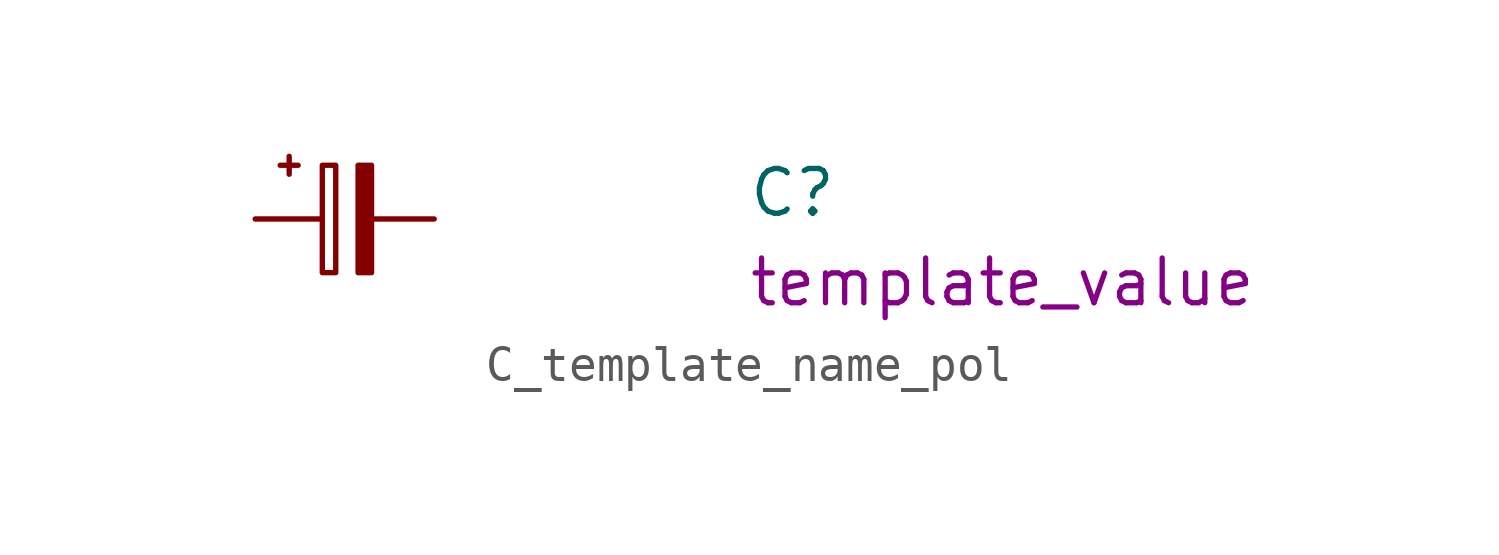
<source format=kicad_sym>
(kicad_symbol_lib
  (version 20220914)
  (generator kicad_symbol_editor)
  (symbol "C_template_name_pol"
    (pin_numbers hide)
    (pin_names hide)
    (property "Reference" "C"
      (at 13.97 0 0)
      (effects (font (size 1.27 1.27) (thickness 0.15)) (justify left bottom)))
    (property "Val" "template_value"
      (at 13.97 -2.54 0)
      (effects (font (size 1.27 1.27) (thickness 0.15)) (justify left bottom)))
    (symbol "C_template_name_pol_0_1"
      (polyline (pts (xy 0.965 1.27) (xy 0.965 1.778)) (stroke (width 0) (type default)) (fill (type none)))
      (polyline (pts (xy 1.219 1.524) (xy 0.711 1.524)) (stroke (width 0) (type default)) (fill (type none)))
      (rectangle (start 1.905 -1.524) (end 2.286 1.524) (stroke (width 0) (type default)) (fill (type none)))
      (rectangle (start 2.921 -1.524) (end 3.302 1.524) (stroke (width 0) (type default)) (fill (type outline))))
    (symbol "C_template_name_pol_1_1"
      (pin passive line (at 0 0 0) (length 1.854) (name "~" (effects (font (size 1.27 1.27)))) (number "1" (effects (font (size 1.27 1.27)))))
      (pin passive line (at 5.08 0 180) (length 1.854) (name "~" (effects (font (size 1.27 1.27)))) (number "2" (effects (font (size 1.27 1.27))))))))
</source>
